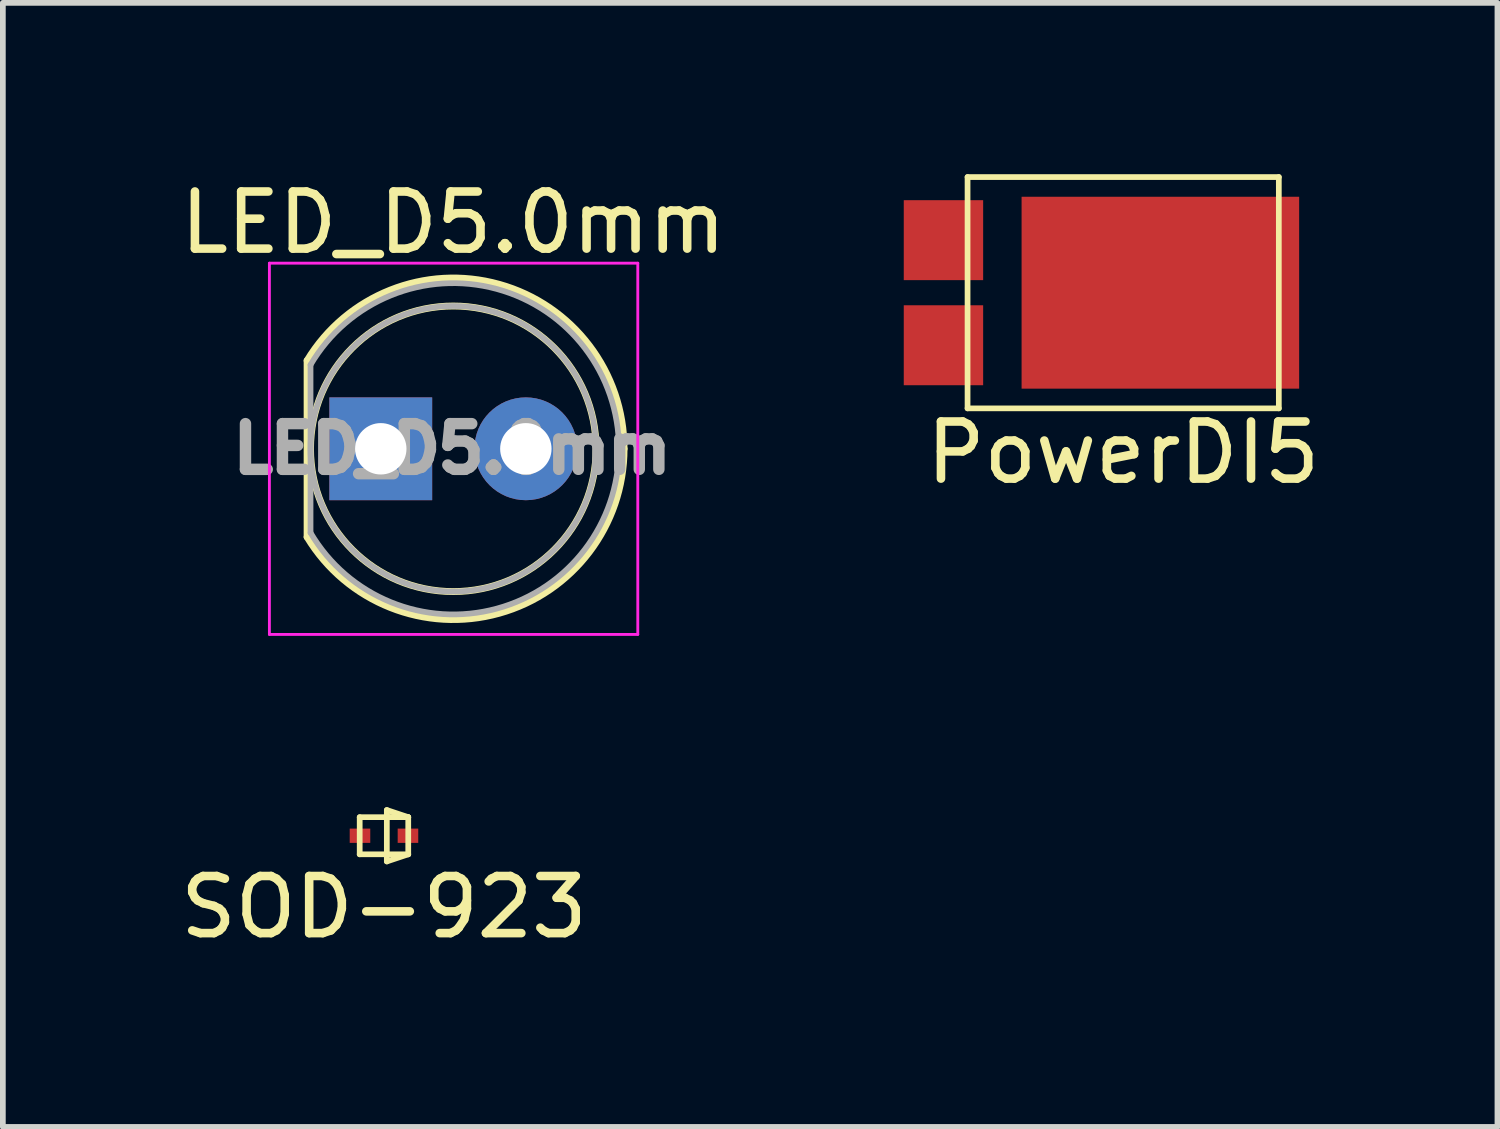
<source format=kicad_pcb>
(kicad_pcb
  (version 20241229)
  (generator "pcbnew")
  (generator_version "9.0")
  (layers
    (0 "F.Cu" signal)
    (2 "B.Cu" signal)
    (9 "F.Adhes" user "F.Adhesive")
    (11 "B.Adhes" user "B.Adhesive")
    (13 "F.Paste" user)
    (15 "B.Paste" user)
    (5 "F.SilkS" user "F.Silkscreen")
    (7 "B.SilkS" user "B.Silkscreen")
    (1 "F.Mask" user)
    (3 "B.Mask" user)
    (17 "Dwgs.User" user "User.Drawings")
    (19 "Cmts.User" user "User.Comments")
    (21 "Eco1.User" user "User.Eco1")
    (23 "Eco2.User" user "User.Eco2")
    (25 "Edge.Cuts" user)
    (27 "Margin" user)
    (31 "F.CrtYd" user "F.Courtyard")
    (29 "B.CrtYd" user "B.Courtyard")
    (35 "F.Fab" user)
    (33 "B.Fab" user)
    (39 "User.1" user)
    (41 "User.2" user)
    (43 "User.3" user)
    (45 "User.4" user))
  (footprint "PowerDI5"
    (layer "F.Cu")
    (at 16.616 2.075)
    (property "Reference" "PowerDI5" (at 0 2.8 0) (layer "F.SilkS") (effects (font (size 1 1) (thickness 0.15))))
    (attr through_hole)
    (fp_line (start -2.725 -2.025) (end -2.725 2.025) (stroke (width 0.1) (type solid)) (layer "F.SilkS"))
    (fp_line (start -2.725 -2.025) (end 2.725 -2.025) (stroke (width 0.1) (type solid)) (layer "F.SilkS"))
    (fp_line (start -2.725 2.025) (end 2.725 2.025) (stroke (width 0.1) (type solid)) (layer "F.SilkS"))
    (fp_line (start 2.725 -2.025) (end 2.725 2.025) (stroke (width 0.1) (type solid)) (layer "F.SilkS"))
    (pad "1" smd rect (at 0.651 0 90) (size 3.36 4.86) (layers "F.Cu" "F.Mask" "F.Paste"))
    (pad "2" smd rect (at -3.147 -0.92) (size 1.39 1.4) (layers "F.Cu" "F.Mask" "F.Paste"))
    (pad "2" smd rect (at -3.147 0.92) (size 1.39 1.4) (layers "F.Cu" "F.Mask" "F.Paste")))
  (footprint "LED_D5.0mm"
    (layer "F.Cu")
    (at 4.887 4.808)
    (property "Reference" "LED_D5.0mm" (at 0 -3.96 0) (layer "F.SilkS") (effects (font (size 1 1) (thickness 0.15))))
    (attr through_hole)
    (fp_line (start -2.56 -1.545) (end -2.56 1.545) (stroke (width 0.12) (type solid)) (layer "F.SilkS"))
    (fp_arc (start -2.56 -1.54483) (mid 0.802002 -2.880433) (end 2.99 0.000462) (stroke (width 0.12) (type solid)) (layer "F.SilkS"))
    (fp_arc (start 2.99 -0.000462) (mid 0.802002 2.880433) (end -2.56 1.54483) (stroke (width 0.12) (type solid)) (layer "F.SilkS"))
    (fp_circle (center 0 0) (end 2.5 0) (stroke (width 0.12) (type solid)) (fill no) (layer "F.SilkS"))
    (fp_line (start -3.22 -3.25) (end -3.22 3.25) (stroke (width 0.05) (type solid)) (layer "F.CrtYd"))
    (fp_line (start -3.22 3.25) (end 3.23 3.25) (stroke (width 0.05) (type solid)) (layer "F.CrtYd"))
    (fp_line (start 3.23 -3.25) (end -3.22 -3.25) (stroke (width 0.05) (type solid)) (layer "F.CrtYd"))
    (fp_line (start 3.23 3.25) (end 3.23 -3.25) (stroke (width 0.05) (type solid)) (layer "F.CrtYd"))
    (fp_line (start -2.5 -1.47) (end -2.5 1.47) (stroke (width 0.1) (type solid)) (layer "F.Fab"))
    (fp_arc (start -2.5 -1.469694) (mid 2.9 0.000016) (end -2.500016 1.469666) (stroke (width 0.1) (type solid)) (layer "F.Fab"))
    (fp_circle (center 0 0) (end 2.5 0) (stroke (width 0.1) (type solid)) (fill no) (layer "F.Fab"))
    (fp_text user "${REFERENCE}" (at -0.02 0 0) (layer "F.Fab") (effects (font (size 0.8 0.8) (thickness 0.2))))
    (pad "1" thru_hole rect (at -1.27 0) (size 1.8 1.8) (drill 0.9) (layers "*.Cu" "*.Mask"))
    (pad "2" thru_hole circle (at 1.27 0) (size 1.8 1.8) (drill 0.9) (layers "*.Cu" "*.Mask")))
  (footprint "SOD-923"
    (layer "F.Cu")
    (at 3.673 11.583)
    (property "Reference" "SOD-923" (at 0 1.25 0) (layer "F.SilkS") (effects (font (size 1 1) (thickness 0.15))))
    (attr through_hole)
    (fp_line (start -0.425 -0.325) (end -0.425 0.325) (stroke (width 0.1) (type solid)) (layer "F.SilkS"))
    (fp_line (start -0.425 -0.325) (end 0.425 -0.325) (stroke (width 0.1) (type solid)) (layer "F.SilkS"))
    (fp_line (start -0.425 0.325) (end 0.425 0.325) (stroke (width 0.1) (type solid)) (layer "F.SilkS"))
    (fp_line (start 0.05 -0.45) (end 0.425 -0.325) (stroke (width 0.1) (type solid)) (layer "F.SilkS"))
    (fp_line (start 0.05 -0.35) (end 0.05 0.35) (stroke (width 0.1) (type solid)) (layer "F.SilkS"))
    (fp_line (start 0.05 -0.325) (end 0.05 -0.45) (stroke (width 0.1) (type solid)) (layer "F.SilkS"))
    (fp_line (start 0.05 0.325) (end 0.05 0.45) (stroke (width 0.1) (type solid)) (layer "F.SilkS"))
    (fp_line (start 0.05 0.45) (end 0.425 0.325) (stroke (width 0.1) (type solid)) (layer "F.SilkS"))
    (fp_line (start 0.425 -0.325) (end 0.05 -0.325) (stroke (width 0.1) (type solid)) (layer "F.SilkS"))
    (fp_line (start 0.425 -0.325) (end 0.425 0.325) (stroke (width 0.1) (type solid)) (layer "F.SilkS"))
    (pad "1" smd rect (at -0.42 0) (size 0.36 0.25) (layers "F.Cu" "F.Mask" "F.Paste"))
    (pad "2" smd rect (at 0.42 0) (size 0.36 0.25) (layers "F.Cu" "F.Mask" "F.Paste")))
  (gr_rect
    (start -3 -3)
    (end 23.169 16.681)
    (stroke (width 0.1) (type default))
    (fill no)
    (layer "Edge.Cuts")))
</source>
